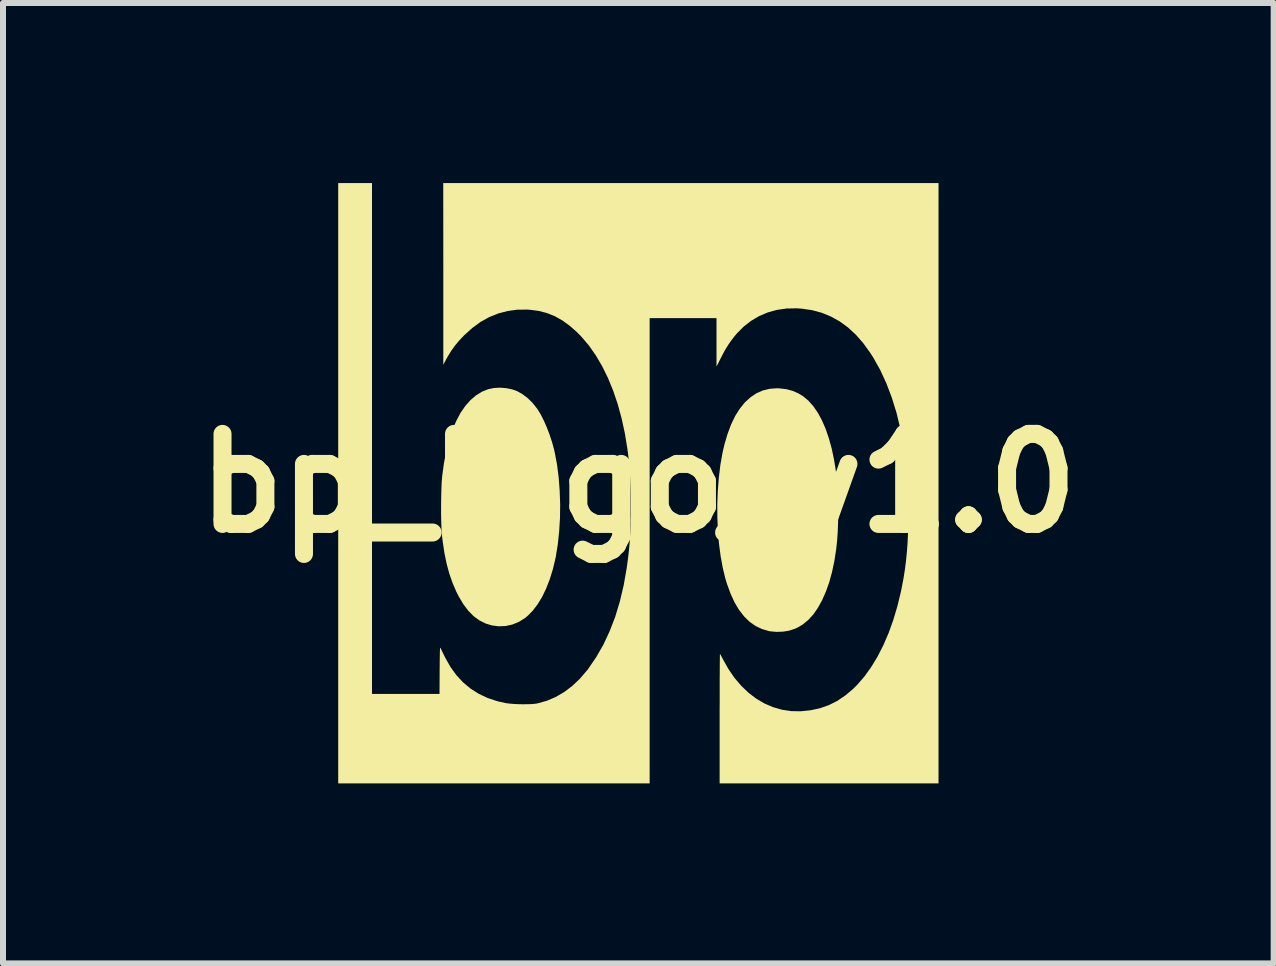
<source format=kicad_pcb>
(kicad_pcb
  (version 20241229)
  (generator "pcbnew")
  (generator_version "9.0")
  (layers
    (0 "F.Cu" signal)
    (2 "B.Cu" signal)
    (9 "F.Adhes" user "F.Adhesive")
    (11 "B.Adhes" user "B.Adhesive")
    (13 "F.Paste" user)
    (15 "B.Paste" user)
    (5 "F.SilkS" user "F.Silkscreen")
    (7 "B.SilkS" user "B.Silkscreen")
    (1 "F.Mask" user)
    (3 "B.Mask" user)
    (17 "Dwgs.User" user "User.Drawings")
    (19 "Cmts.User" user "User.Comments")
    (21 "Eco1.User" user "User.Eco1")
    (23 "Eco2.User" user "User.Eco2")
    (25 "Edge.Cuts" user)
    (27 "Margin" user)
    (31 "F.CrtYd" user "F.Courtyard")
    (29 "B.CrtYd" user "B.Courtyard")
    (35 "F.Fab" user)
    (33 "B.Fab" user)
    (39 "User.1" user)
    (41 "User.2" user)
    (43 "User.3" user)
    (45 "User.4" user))
  (footprint "bp_logo_v1.0"
    (layer "F.Cu")
    (at 7.586 5.001)
    (property "Reference" "bp_logo_v1.0" (at 0 0 0) (layer "F.SilkS") (effects (font (size 1.5 1.5) (thickness 0.3))))
    (attr board_only exclude_from_pos_files exclude_from_bom)
    (fp_poly (pts (xy 2.354 -1.58) (xy 2.469 -1.566) (xy 2.572 -1.538) (xy 2.668 -1.496) (xy 2.746 -1.448) (xy 2.832 -1.376) (xy 2.913 -1.286) (xy 2.988 -1.177) (xy 3.057 -1.051) (xy 3.119 -0.909) (xy 3.173 -0.751) (xy 3.221 -0.579) (xy 3.26 -0.394) (xy 3.292 -0.196) (xy 3.313 -0.01) (xy 3.323 0.139) (xy 3.329 0.301) (xy 3.331 0.47) (xy 3.328 0.64) (xy 3.322 0.806) (xy 3.311 0.963) (xy 3.296 1.099) (xy 3.266 1.295) (xy 3.227 1.479) (xy 3.18 1.65) (xy 3.124 1.807) (xy 3.061 1.95) (xy 2.991 2.076) (xy 2.915 2.186) (xy 2.832 2.277) (xy 2.743 2.35) (xy 2.731 2.358) (xy 2.689 2.384) (xy 2.644 2.409) (xy 2.606 2.426) (xy 2.606 2.426) (xy 2.514 2.456) (xy 2.411 2.473) (xy 2.304 2.477) (xy 2.201 2.468) (xy 2.177 2.464) (xy 2.061 2.43) (xy 1.953 2.379) (xy 1.853 2.309) (xy 1.762 2.22) (xy 1.678 2.112) (xy 1.603 1.986) (xy 1.536 1.84) (xy 1.476 1.676) (xy 1.448 1.584) (xy 1.405 1.405) (xy 1.37 1.211) (xy 1.343 1.004) (xy 1.325 0.788) (xy 1.316 0.567) (xy 1.315 0.344) (xy 1.324 0.122) (xy 1.341 -0.095) (xy 1.366 -0.304) (xy 1.401 -0.502) (xy 1.433 -0.642) (xy 1.485 -0.819) (xy 1.545 -0.979) (xy 1.613 -1.12) (xy 1.69 -1.242) (xy 1.774 -1.346) (xy 1.867 -1.431) (xy 1.966 -1.498) (xy 2.073 -1.545) (xy 2.188 -1.573) (xy 2.309 -1.582)) (stroke (width 0) (type solid)) (fill yes) (layer "F.SilkS"))
    (fp_poly (pts (xy -2.203 -1.584) (xy -2.104 -1.564) (xy -2.026 -1.537) (xy -1.934 -1.486) (xy -1.844 -1.418) (xy -1.759 -1.334) (xy -1.684 -1.238) (xy -1.677 -1.228) (xy -1.627 -1.146) (xy -1.577 -1.047) (xy -1.528 -0.936) (xy -1.482 -0.817) (xy -1.441 -0.694) (xy -1.407 -0.572) (xy -1.393 -0.511) (xy -1.355 -0.311) (xy -1.328 -0.098) (xy -1.311 0.125) (xy -1.303 0.353) (xy -1.306 0.582) (xy -1.32 0.806) (xy -1.343 1.023) (xy -1.376 1.227) (xy -1.382 1.255) (xy -1.425 1.435) (xy -1.477 1.602) (xy -1.537 1.756) (xy -1.604 1.895) (xy -1.679 2.018) (xy -1.76 2.124) (xy -1.846 2.211) (xy -1.887 2.245) (xy -1.989 2.309) (xy -2.097 2.354) (xy -2.211 2.379) (xy -2.327 2.384) (xy -2.442 2.369) (xy -2.549 2.336) (xy -2.649 2.285) (xy -2.743 2.217) (xy -2.83 2.129) (xy -2.912 2.022) (xy -2.988 1.895) (xy -3.033 1.808) (xy -3.095 1.663) (xy -3.149 1.509) (xy -3.194 1.344) (xy -3.231 1.166) (xy -3.26 0.971) (xy -3.274 0.854) (xy -3.279 0.789) (xy -3.282 0.707) (xy -3.285 0.612) (xy -3.287 0.508) (xy -3.287 0.399) (xy -3.286 0.288) (xy -3.284 0.18) (xy -3.281 0.079) (xy -3.277 -0.012) (xy -3.271 -0.089) (xy -3.268 -0.123) (xy -3.239 -0.337) (xy -3.2 -0.536) (xy -3.153 -0.72) (xy -3.098 -0.887) (xy -3.034 -1.038) (xy -2.963 -1.172) (xy -2.883 -1.288) (xy -2.796 -1.386) (xy -2.702 -1.466) (xy -2.601 -1.527) (xy -2.5 -1.567) (xy -2.408 -1.586) (xy -2.307 -1.592)) (stroke (width 0) (type solid)) (fill yes) (layer "F.SilkS"))
    (fp_poly (pts (xy -4.438 -0.745) (xy -4.438 3.511) (xy -3.876 3.511) (xy -3.313 3.511) (xy -3.311 3.112) (xy -3.31 3.011) (xy -3.309 2.928) (xy -3.308 2.864) (xy -3.307 2.814) (xy -3.306 2.779) (xy -3.304 2.756) (xy -3.301 2.744) (xy -3.299 2.741) (xy -3.295 2.745) (xy -3.293 2.75) (xy -3.283 2.774) (xy -3.265 2.811) (xy -3.243 2.856) (xy -3.219 2.905) (xy -3.218 2.907) (xy -3.131 3.061) (xy -3.032 3.198) (xy -2.921 3.318) (xy -2.797 3.421) (xy -2.661 3.508) (xy -2.512 3.578) (xy -2.351 3.632) (xy -2.209 3.664) (xy -2.154 3.671) (xy -2.086 3.677) (xy -2.01 3.681) (xy -1.931 3.683) (xy -1.854 3.682) (xy -1.783 3.68) (xy -1.723 3.675) (xy -1.683 3.669) (xy -1.526 3.625) (xy -1.378 3.562) (xy -1.237 3.48) (xy -1.103 3.379) (xy -0.975 3.258) (xy -0.855 3.118) (xy -0.833 3.089) (xy -0.701 2.896) (xy -0.582 2.688) (xy -0.478 2.465) (xy -0.386 2.226) (xy -0.309 1.972) (xy -0.245 1.702) (xy -0.195 1.418) (xy -0.178 1.296) (xy -0.167 1.204) (xy -0.157 1.121) (xy -0.15 1.044) (xy -0.143 0.97) (xy -0.139 0.895) (xy -0.135 0.817) (xy -0.133 0.731) (xy -0.132 0.635) (xy -0.131 0.526) (xy -0.131 0.399) (xy -0.131 0.375) (xy -0.131 0.239) (xy -0.132 0.12) (xy -0.134 0.015) (xy -0.137 -0.079) (xy -0.141 -0.166) (xy -0.147 -0.248) (xy -0.154 -0.33) (xy -0.163 -0.415) (xy -0.174 -0.505) (xy -0.183 -0.573) (xy -0.225 -0.832) (xy -0.279 -1.08) (xy -0.344 -1.318) (xy -0.42 -1.542) (xy -0.507 -1.754) (xy -0.604 -1.951) (xy -0.711 -2.133) (xy -0.827 -2.298) (xy -0.952 -2.445) (xy -1.017 -2.511) (xy -1.141 -2.621) (xy -1.266 -2.712) (xy -1.393 -2.783) (xy -1.525 -2.836) (xy -1.662 -2.871) (xy -1.808 -2.89) (xy -1.849 -2.893) (xy -2.018 -2.891) (xy -2.18 -2.869) (xy -2.336 -2.828) (xy -2.486 -2.767) (xy -2.63 -2.687) (xy -2.768 -2.586) (xy -2.902 -2.465) (xy -2.907 -2.46) (xy -2.989 -2.373) (xy -3.058 -2.29) (xy -3.119 -2.204) (xy -3.177 -2.11) (xy -3.203 -2.063) (xy -3.25 -1.974) (xy -3.25 -3.488) (xy -3.251 -5.001) (xy 0.875 -5.001) (xy 5.001 -5.001) (xy 5.001 0) (xy 5.001 5.001) (xy 3.178 5.001) (xy 1.354 5.001) (xy 1.354 3.923) (xy 1.354 3.775) (xy 1.355 3.633) (xy 1.355 3.498) (xy 1.355 3.372) (xy 1.355 3.256) (xy 1.356 3.152) (xy 1.356 3.061) (xy 1.357 2.984) (xy 1.358 2.922) (xy 1.358 2.877) (xy 1.359 2.851) (xy 1.359 2.844) (xy 1.366 2.853) (xy 1.379 2.876) (xy 1.397 2.91) (xy 1.407 2.93) (xy 1.5 3.095) (xy 1.602 3.244) (xy 1.715 3.376) (xy 1.836 3.492) (xy 1.965 3.59) (xy 2.101 3.67) (xy 2.244 3.731) (xy 2.393 3.774) (xy 2.547 3.797) (xy 2.703 3.8) (xy 2.869 3.783) (xy 3.026 3.749) (xy 3.174 3.697) (xy 3.315 3.626) (xy 3.45 3.535) (xy 3.58 3.425) (xy 3.646 3.359) (xy 3.767 3.22) (xy 3.879 3.063) (xy 3.985 2.889) (xy 4.082 2.699) (xy 4.17 2.494) (xy 4.248 2.276) (xy 4.317 2.045) (xy 4.375 1.804) (xy 4.385 1.754) (xy 4.415 1.6) (xy 4.439 1.451) (xy 4.458 1.304) (xy 4.473 1.154) (xy 4.485 0.996) (xy 4.493 0.827) (xy 4.497 0.651) (xy 4.498 0.314) (xy 4.484 -0.011) (xy 4.458 -0.323) (xy 4.418 -0.62) (xy 4.366 -0.904) (xy 4.301 -1.173) (xy 4.222 -1.428) (xy 4.131 -1.667) (xy 4.028 -1.89) (xy 3.911 -2.098) (xy 3.86 -2.177) (xy 3.745 -2.336) (xy 3.623 -2.475) (xy 3.493 -2.595) (xy 3.356 -2.695) (xy 3.211 -2.776) (xy 3.058 -2.839) (xy 2.896 -2.883) (xy 2.726 -2.908) (xy 2.636 -2.914) (xy 2.469 -2.911) (xy 2.309 -2.888) (xy 2.157 -2.846) (xy 2.013 -2.785) (xy 1.879 -2.706) (xy 1.754 -2.609) (xy 1.64 -2.494) (xy 1.603 -2.45) (xy 1.547 -2.377) (xy 1.497 -2.305) (xy 1.449 -2.228) (xy 1.401 -2.139) (xy 1.373 -2.084) (xy 1.302 -1.944) (xy 1.302 -2.347) (xy 1.302 -2.75) (xy 0.745 -2.75) (xy 0.188 -2.75) (xy 0.188 1.125) (xy 0.188 5.001) (xy -2.407 5.001) (xy -5.001 5.001) (xy -5.001 0) (xy -5.001 -5.001) (xy -4.72 -5.001) (xy -4.438 -5.001)) (stroke (width 0) (type solid)) (fill yes) (layer "F.SilkS")))
  (gr_rect
    (start -3 -3)
    (end 18.171 13.002)
    (stroke (width 0.1) (type default))
    (fill no)
    (layer "Edge.Cuts")))
</source>
